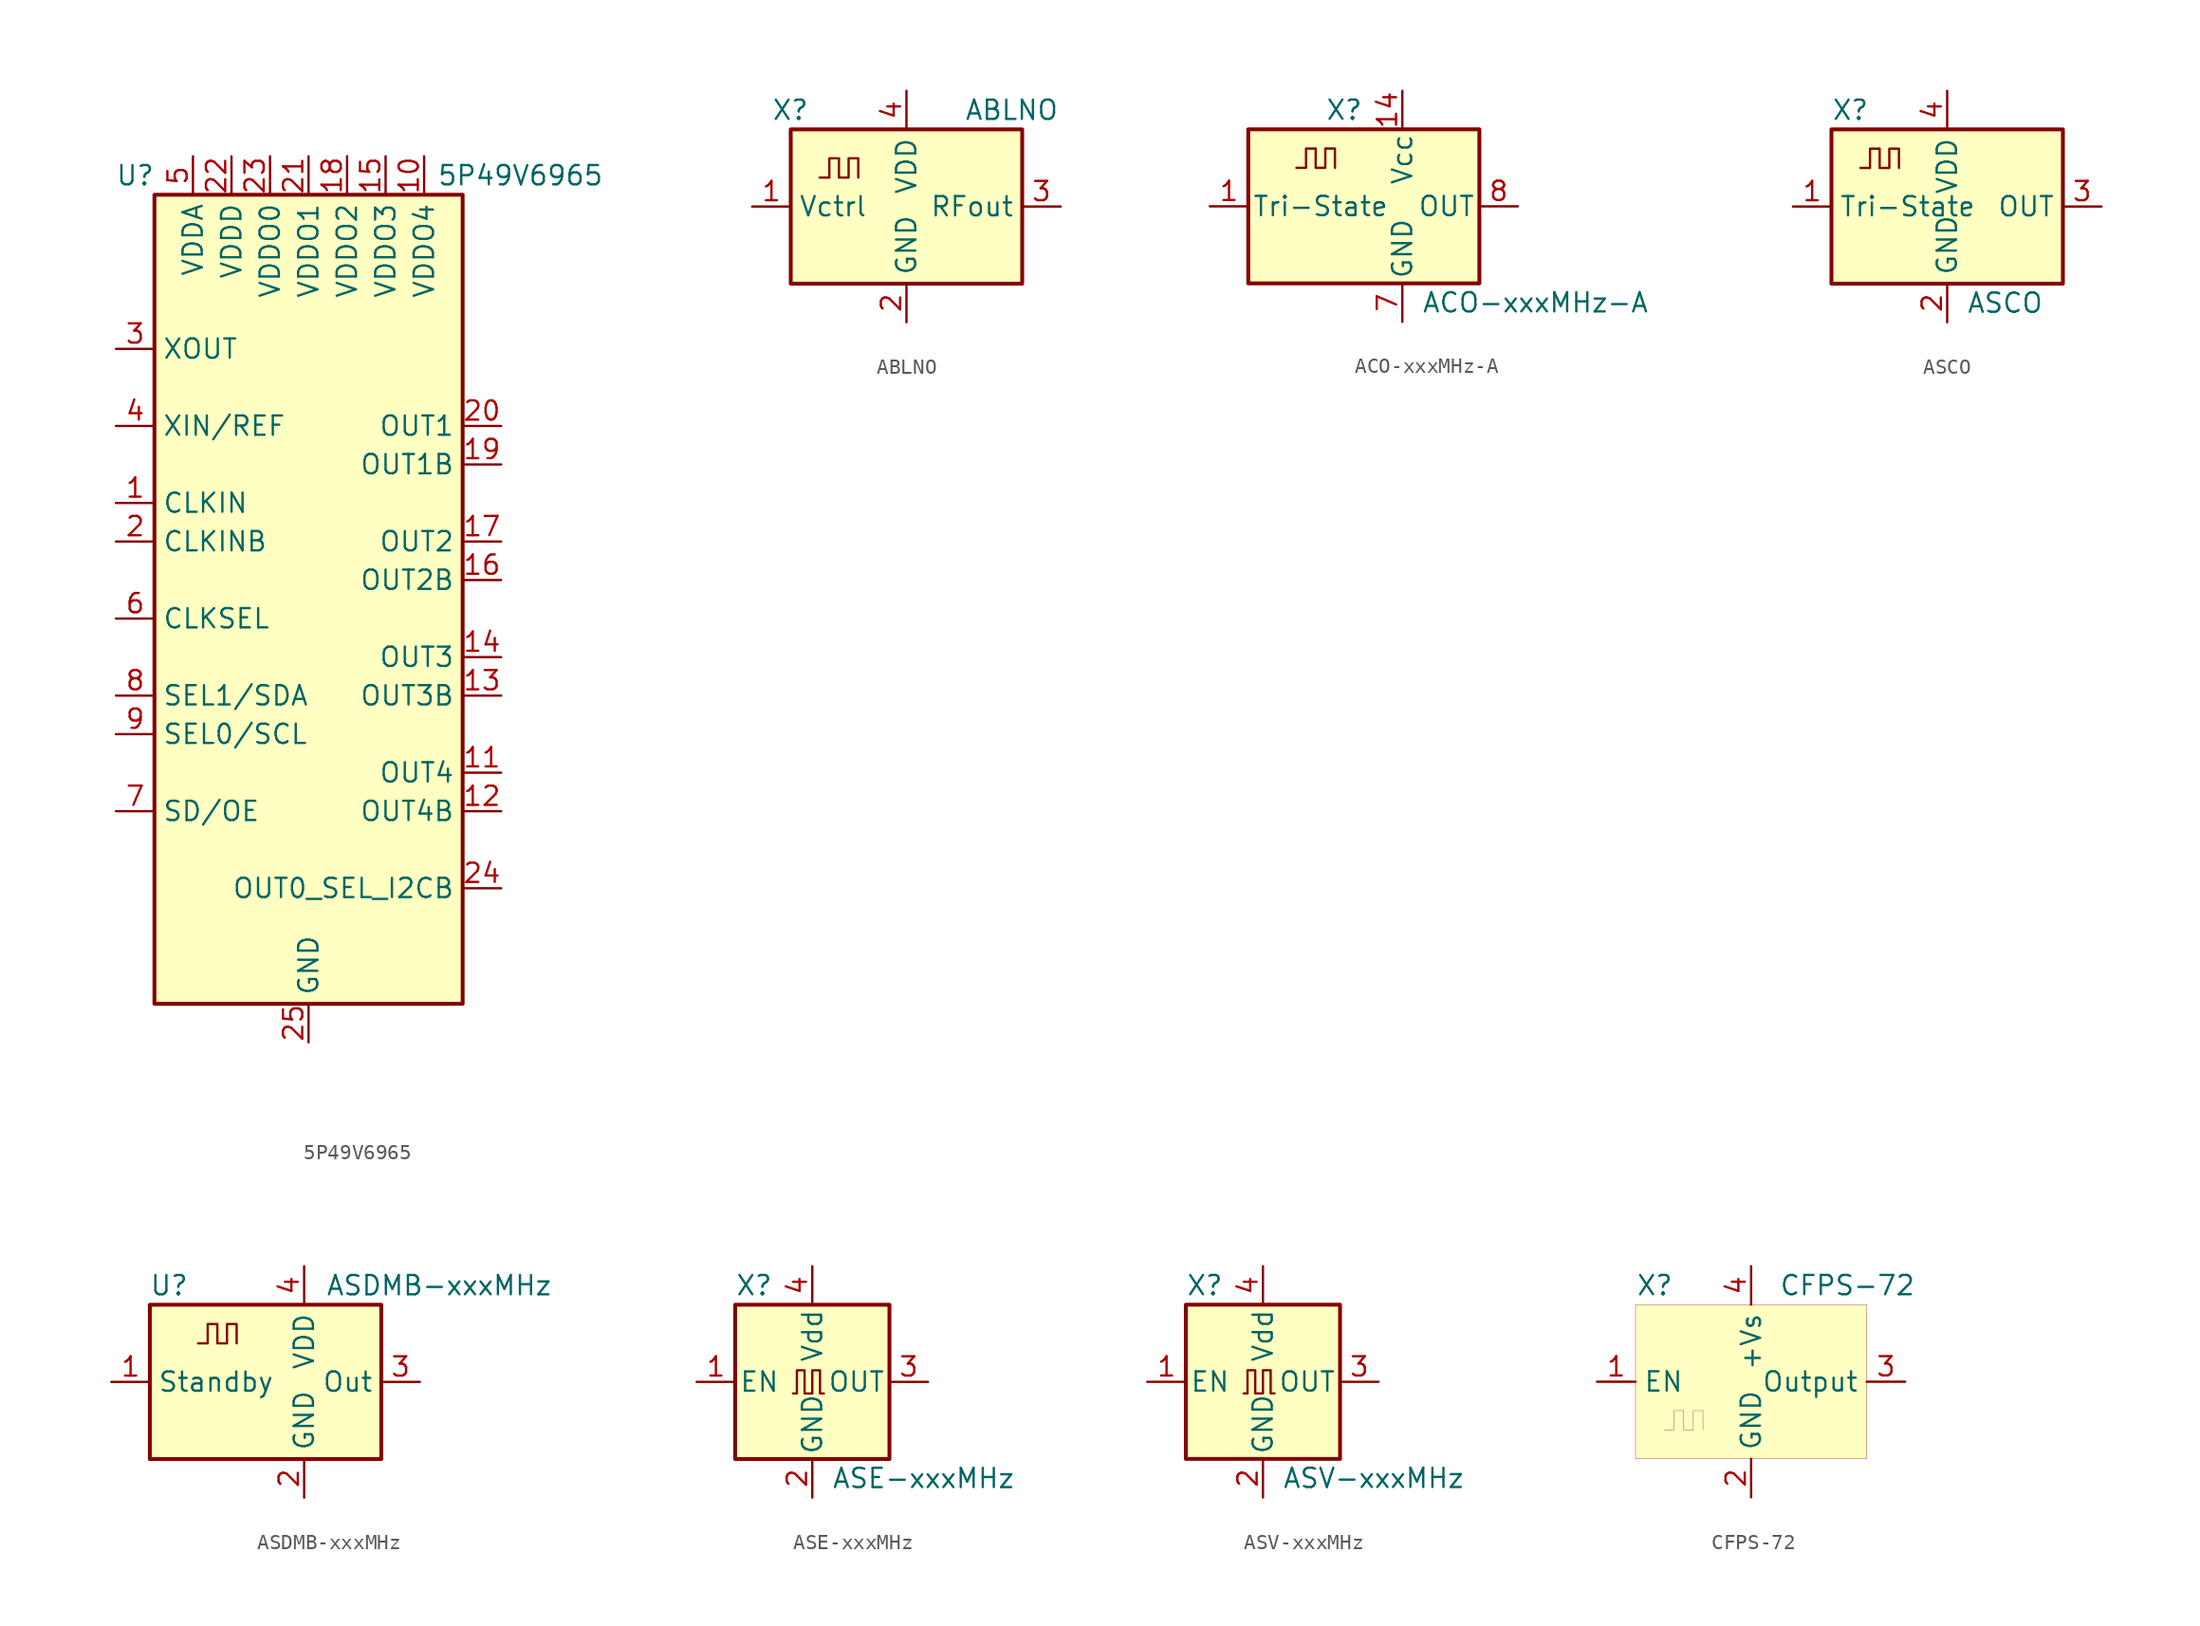
<source format=kicad_sym>
(kicad_symbol_lib
  (version 20201005)
  (generator kicad_symbol_editor)
  (symbol "Oscillator:5P49V6965"
    (property "Reference" "U"
      (at -11.43 29.21 0)
      (effects (font (size 1.27 1.27))))
    (property "Value" "5P49V6965"
      (at 13.97 29.21 0)
      (effects (font (size 1.27 1.27))))
    (symbol "5P49V6965_0_1"
      (rectangle (start -10.16 27.94) (end 10.16 -25.4) (stroke (width 0.254)) (fill (type background))))
    (symbol "5P49V6965_1_1"
      (pin input line (at -12.7 7.62 0) (length 2.54) (name "CLKIN" (effects (font (size 1.27 1.27)))) (number "1" (effects (font (size 1.27 1.27)))))
      (pin power_in line (at 7.62 30.48 270) (length 2.54) (name "VDDO4" (effects (font (size 1.27 1.27)))) (number "10" (effects (font (size 1.27 1.27)))))
      (pin output line (at 12.7 -10.16 180) (length 2.54) (name "OUT4" (effects (font (size 1.27 1.27)))) (number "11" (effects (font (size 1.27 1.27)))))
      (pin output line (at 12.7 -12.7 180) (length 2.54) (name "OUT4B" (effects (font (size 1.27 1.27)))) (number "12" (effects (font (size 1.27 1.27)))))
      (pin output line (at 12.7 -5.08 180) (length 2.54) (name "OUT3B" (effects (font (size 1.27 1.27)))) (number "13" (effects (font (size 1.27 1.27)))))
      (pin output line (at 12.7 -2.54 180) (length 2.54) (name "OUT3" (effects (font (size 1.27 1.27)))) (number "14" (effects (font (size 1.27 1.27)))))
      (pin power_in line (at 5.08 30.48 270) (length 2.54) (name "VDDO3" (effects (font (size 1.27 1.27)))) (number "15" (effects (font (size 1.27 1.27)))))
      (pin output line (at 12.7 2.54 180) (length 2.54) (name "OUT2B" (effects (font (size 1.27 1.27)))) (number "16" (effects (font (size 1.27 1.27)))))
      (pin output line (at 12.7 5.08 180) (length 2.54) (name "OUT2" (effects (font (size 1.27 1.27)))) (number "17" (effects (font (size 1.27 1.27)))))
      (pin power_in line (at 2.54 30.48 270) (length 2.54) (name "VDDO2" (effects (font (size 1.27 1.27)))) (number "18" (effects (font (size 1.27 1.27)))))
      (pin output line (at 12.7 10.16 180) (length 2.54) (name "OUT1B" (effects (font (size 1.27 1.27)))) (number "19" (effects (font (size 1.27 1.27)))))
      (pin input line (at -12.7 5.08 0) (length 2.54) (name "CLKINB" (effects (font (size 1.27 1.27)))) (number "2" (effects (font (size 1.27 1.27)))))
      (pin output line (at 12.7 12.7 180) (length 2.54) (name "OUT1" (effects (font (size 1.27 1.27)))) (number "20" (effects (font (size 1.27 1.27)))))
      (pin power_in line (at 0 30.48 270) (length 2.54) (name "VDDO1" (effects (font (size 1.27 1.27)))) (number "21" (effects (font (size 1.27 1.27)))))
      (pin power_in line (at -5.08 30.48 270) (length 2.54) (name "VDDD" (effects (font (size 1.27 1.27)))) (number "22" (effects (font (size 1.27 1.27)))))
      (pin power_in line (at -2.54 30.48 270) (length 2.54) (name "VDDO0" (effects (font (size 1.27 1.27)))) (number "23" (effects (font (size 1.27 1.27)))))
      (pin bidirectional line (at 12.7 -17.78 180) (length 2.54) (name "OUT0_SEL_I2CB" (effects (font (size 1.27 1.27)))) (number "24" (effects (font (size 1.27 1.27)))))
      (pin power_in line (at 0 -27.94 90) (length 2.54) (name "GND" (effects (font (size 1.27 1.27)))) (number "25" (effects (font (size 1.27 1.27)))))
      (pin output line (at -12.7 17.78 0) (length 2.54) (name "XOUT" (effects (font (size 1.27 1.27)))) (number "3" (effects (font (size 1.27 1.27)))))
      (pin input line (at -12.7 12.7 0) (length 2.54) (name "XIN/REF" (effects (font (size 1.27 1.27)))) (number "4" (effects (font (size 1.27 1.27)))))
      (pin power_in line (at -7.62 30.48 270) (length 2.54) (name "VDDA" (effects (font (size 1.27 1.27)))) (number "5" (effects (font (size 1.27 1.27)))))
      (pin input line (at -12.7 0 0) (length 2.54) (name "CLKSEL" (effects (font (size 1.27 1.27)))) (number "6" (effects (font (size 1.27 1.27)))))
      (pin input line (at -12.7 -12.7 0) (length 2.54) (name "SD/OE" (effects (font (size 1.27 1.27)))) (number "7" (effects (font (size 1.27 1.27)))))
      (pin bidirectional line (at -12.7 -5.08 0) (length 2.54) (name "SEL1/SDA" (effects (font (size 1.27 1.27)))) (number "8" (effects (font (size 1.27 1.27)))))
      (pin input line (at -12.7 -7.62 0) (length 2.54) (name "SEL0/SCL" (effects (font (size 1.27 1.27)))) (number "9" (effects (font (size 1.27 1.27)))))))
  (symbol "Oscillator:ABLNO"
    (property "Reference" "X"
      (at -8.89 6.35 0)
      (effects (font (size 1.27 1.27)) (justify left)))
    (property "Value" "ABLNO"
      (at 3.81 6.35 0)
      (effects (font (size 1.27 1.27)) (justify left)))
    (symbol "ABLNO_0_1"
      (rectangle (start -7.62 5.08) (end 7.62 -5.08) (stroke (width 0.254)) (fill (type background)))
      (polyline (pts (xy -5.715 1.905) (xy -5.08 1.905) (xy -5.08 3.175) (xy -4.445 3.175) (xy -4.445 1.905) (xy -3.81 1.905) (xy -3.81 3.175) (xy -3.175 3.175) (xy -3.175 1.905)) (stroke (width 0)) (fill (type none))))
    (symbol "ABLNO_1_1"
      (pin input line (at -10.16 0 0) (length 2.54) (name "Vctrl" (effects (font (size 1.27 1.27)))) (number "1" (effects (font (size 1.27 1.27)))))
      (pin power_in line (at 0 -7.62 90) (length 2.54) (name "GND" (effects (font (size 1.27 1.27)))) (number "2" (effects (font (size 1.27 1.27)))))
      (pin output line (at 10.16 0 180) (length 2.54) (name "RFout" (effects (font (size 1.27 1.27)))) (number "3" (effects (font (size 1.27 1.27)))))
      (pin power_in line (at 0 7.62 270) (length 2.54) (name "VDD" (effects (font (size 1.27 1.27)))) (number "4" (effects (font (size 1.27 1.27)))))))
  (symbol "Oscillator:ACO-xxxMHz-A"
    (pin_names
      (offset 0.254))
    (property "Reference" "X"
      (at -5.08 6.35 0)
      (effects (font (size 1.27 1.27)) (justify left)))
    (property "Value" "ACO-xxxMHz-A"
      (at 1.27 -6.35 0)
      (effects (font (size 1.27 1.27)) (justify left)))
    (symbol "ACO-xxxMHz-A_0_1"
      (rectangle (start -10.16 5.08) (end 5.08 -5.08) (stroke (width 0.254)) (fill (type background)))
      (polyline (pts (xy -6.985 2.54) (xy -6.35 2.54) (xy -6.35 3.81) (xy -5.715 3.81) (xy -5.715 2.54) (xy -5.08 2.54) (xy -5.08 3.81) (xy -4.445 3.81) (xy -4.445 2.54)) (stroke (width 0)) (fill (type none))))
    (symbol "ACO-xxxMHz-A_1_1"
      (pin tri_state line (at -12.7 0 0) (length 2.54) (name "Tri-State" (effects (font (size 1.27 1.27)))) (number "1" (effects (font (size 1.27 1.27)))))
      (pin power_in line (at 0 7.62 270) (length 2.54) (name "Vcc" (effects (font (size 1.27 1.27)))) (number "14" (effects (font (size 1.27 1.27)))))
      (pin power_in line (at 0 -7.62 90) (length 2.54) (name "GND" (effects (font (size 1.27 1.27)))) (number "7" (effects (font (size 1.27 1.27)))))
      (pin output line (at 7.62 0 180) (length 2.54) (name "OUT" (effects (font (size 1.27 1.27)))) (number "8" (effects (font (size 1.27 1.27)))))))
  (symbol "Oscillator:ASCO"
    (property "Reference" "X"
      (at -7.62 6.35 0)
      (effects (font (size 1.27 1.27)) (justify left)))
    (property "Value" "ASCO"
      (at 1.27 -6.35 0)
      (effects (font (size 1.27 1.27)) (justify left)))
    (symbol "ASCO_0_1"
      (rectangle (start -7.62 5.08) (end 7.62 -5.08) (stroke (width 0.254)) (fill (type background)))
      (polyline (pts (xy -5.715 2.54) (xy -5.08 2.54) (xy -5.08 3.81) (xy -4.445 3.81) (xy -4.445 2.54) (xy -3.81 2.54) (xy -3.81 3.81) (xy -3.175 3.81) (xy -3.175 2.54)) (stroke (width 0)) (fill (type none))))
    (symbol "ASCO_1_1"
      (pin tri_state line (at -10.16 0 0) (length 2.54) (name "Tri-State" (effects (font (size 1.27 1.27)))) (number "1" (effects (font (size 1.27 1.27)))))
      (pin power_in line (at 0 -7.62 90) (length 2.54) (name "GND" (effects (font (size 1.27 1.27)))) (number "2" (effects (font (size 1.27 1.27)))))
      (pin output line (at 10.16 0 180) (length 2.54) (name "OUT" (effects (font (size 1.27 1.27)))) (number "3" (effects (font (size 1.27 1.27)))))
      (pin power_in line (at 0 7.62 270) (length 2.54) (name "VDD" (effects (font (size 1.27 1.27)))) (number "4" (effects (font (size 1.27 1.27)))))))
  (symbol "Oscillator:ASDMB-xxxMHz"
    (property "Reference" "U"
      (at -6.35 6.35 0)
      (effects (font (size 1.27 1.27))))
    (property "Value" "ASDMB-xxxMHz"
      (at 11.43 6.35 0)
      (effects (font (size 1.27 1.27))))
    (symbol "ASDMB-xxxMHz_1_1"
      (rectangle (start -7.62 5.08) (end 7.62 -5.08) (stroke (width 0.254)) (fill (type background)))
      (polyline (pts (xy -4.445 2.54) (xy -3.81 2.54) (xy -3.81 3.81) (xy -3.175 3.81) (xy -3.175 2.54) (xy -2.54 2.54) (xy -2.54 3.81) (xy -1.905 3.81) (xy -1.905 2.54)) (stroke (width 0)) (fill (type none)))
      (pin input line (at -10.16 0 0) (length 2.54) (name "Standby" (effects (font (size 1.27 1.27)))) (number "1" (effects (font (size 1.27 1.27)))))
      (pin power_in line (at 2.54 -7.62 90) (length 2.54) (name "GND" (effects (font (size 1.27 1.27)))) (number "2" (effects (font (size 1.27 1.27)))))
      (pin output line (at 10.16 0 180) (length 2.54) (name "Out" (effects (font (size 1.27 1.27)))) (number "3" (effects (font (size 1.27 1.27)))))
      (pin power_in line (at 2.54 7.62 270) (length 2.54) (name "VDD" (effects (font (size 1.27 1.27)))) (number "4" (effects (font (size 1.27 1.27)))))))
  (symbol "Oscillator:ASE-xxxMHz"
    (pin_names
      (offset 0.254))
    (property "Reference" "X"
      (at -5.08 6.35 0)
      (effects (font (size 1.27 1.27)) (justify left)))
    (property "Value" "ASE-xxxMHz"
      (at 1.27 -6.35 0)
      (effects (font (size 1.27 1.27)) (justify left)))
    (symbol "ASE-xxxMHz_0_1"
      (rectangle (start -5.08 5.08) (end 5.08 -5.08) (stroke (width 0.254)) (fill (type background)))
      (polyline (pts (xy -1.27 -0.762) (xy -1.016 -0.762) (xy -1.016 0.762) (xy -0.508 0.762) (xy -0.508 -0.762) (xy 0 -0.762) (xy 0 0.762) (xy 0.508 0.762) (xy 0.508 -0.762) (xy 0.762 -0.762)) (stroke (width 0)) (fill (type none))))
    (symbol "ASE-xxxMHz_1_1"
      (pin input line (at -7.62 0 0) (length 2.54) (name "EN" (effects (font (size 1.27 1.27)))) (number "1" (effects (font (size 1.27 1.27)))))
      (pin power_in line (at 0 -7.62 90) (length 2.54) (name "GND" (effects (font (size 1.27 1.27)))) (number "2" (effects (font (size 1.27 1.27)))))
      (pin output line (at 7.62 0 180) (length 2.54) (name "OUT" (effects (font (size 1.27 1.27)))) (number "3" (effects (font (size 1.27 1.27)))))
      (pin power_in line (at 0 7.62 270) (length 2.54) (name "Vdd" (effects (font (size 1.27 1.27)))) (number "4" (effects (font (size 1.27 1.27)))))))
  (symbol "Oscillator:ASV-xxxMHz"
    (pin_names
      (offset 0.254))
    (property "Reference" "X"
      (at -5.08 6.35 0)
      (effects (font (size 1.27 1.27)) (justify left)))
    (property "Value" "ASV-xxxMHz"
      (at 1.27 -6.35 0)
      (effects (font (size 1.27 1.27)) (justify left)))
    (symbol "ASV-xxxMHz_0_1"
      (rectangle (start -5.08 5.08) (end 5.08 -5.08) (stroke (width 0.254)) (fill (type background)))
      (polyline (pts (xy -1.27 -0.762) (xy -1.016 -0.762) (xy -1.016 0.762) (xy -0.508 0.762) (xy -0.508 -0.762) (xy 0 -0.762) (xy 0 0.762) (xy 0.508 0.762) (xy 0.508 -0.762) (xy 0.762 -0.762)) (stroke (width 0)) (fill (type none))))
    (symbol "ASV-xxxMHz_1_1"
      (pin input line (at -7.62 0 0) (length 2.54) (name "EN" (effects (font (size 1.27 1.27)))) (number "1" (effects (font (size 1.27 1.27)))))
      (pin power_in line (at 0 -7.62 90) (length 2.54) (name "GND" (effects (font (size 1.27 1.27)))) (number "2" (effects (font (size 1.27 1.27)))))
      (pin output line (at 7.62 0 180) (length 2.54) (name "OUT" (effects (font (size 1.27 1.27)))) (number "3" (effects (font (size 1.27 1.27)))))
      (pin power_in line (at 0 7.62 270) (length 2.54) (name "Vdd" (effects (font (size 1.27 1.27)))) (number "4" (effects (font (size 1.27 1.27)))))))
  (symbol "Oscillator:CFPS-72"
    (property "Reference" "X"
      (at -6.35 6.35 0)
      (effects (font (size 1.27 1.27))))
    (property "Value" "CFPS-72"
      (at 6.35 6.35 0)
      (effects (font (size 1.27 1.27))))
    (symbol "CFPS-72_0_1"
      (rectangle (start -7.62 5.08) (end 7.62 -5.08) (stroke (width 0.001)) (fill (type background)))
      (polyline (pts (xy -5.715 -3.175) (xy -5.08 -3.175) (xy -5.08 -1.905) (xy -4.445 -1.905) (xy -4.445 -3.175) (xy -3.81 -3.175) (xy -3.81 -1.905) (xy -3.175 -1.905) (xy -3.175 -3.175)) (stroke (width 0.001)) (fill (type none))))
    (symbol "CFPS-72_1_1"
      (pin power_in line (at 0 -7.62 90) (length 2.54) (name "GND" (effects (font (size 1.27 1.27)))) (number "2" (effects (font (size 1.27 1.27)))))
      (pin output line (at 10.16 0 180) (length 2.54) (name "Output" (effects (font (size 1.27 1.27)))) (number "3" (effects (font (size 1.27 1.27)))))
      (pin power_in line (at 0 7.62 270) (length 2.54) (name "+Vs" (effects (font (size 1.27 1.27)))) (number "4" (effects (font (size 1.27 1.27)))))
      (pin input line (at -10.16 0 0) (length 2.54) (name "EN" (effects (font (size 1.27 1.27)))) (number "1" (effects (font (size 1.27 1.27))))))))
</source>
